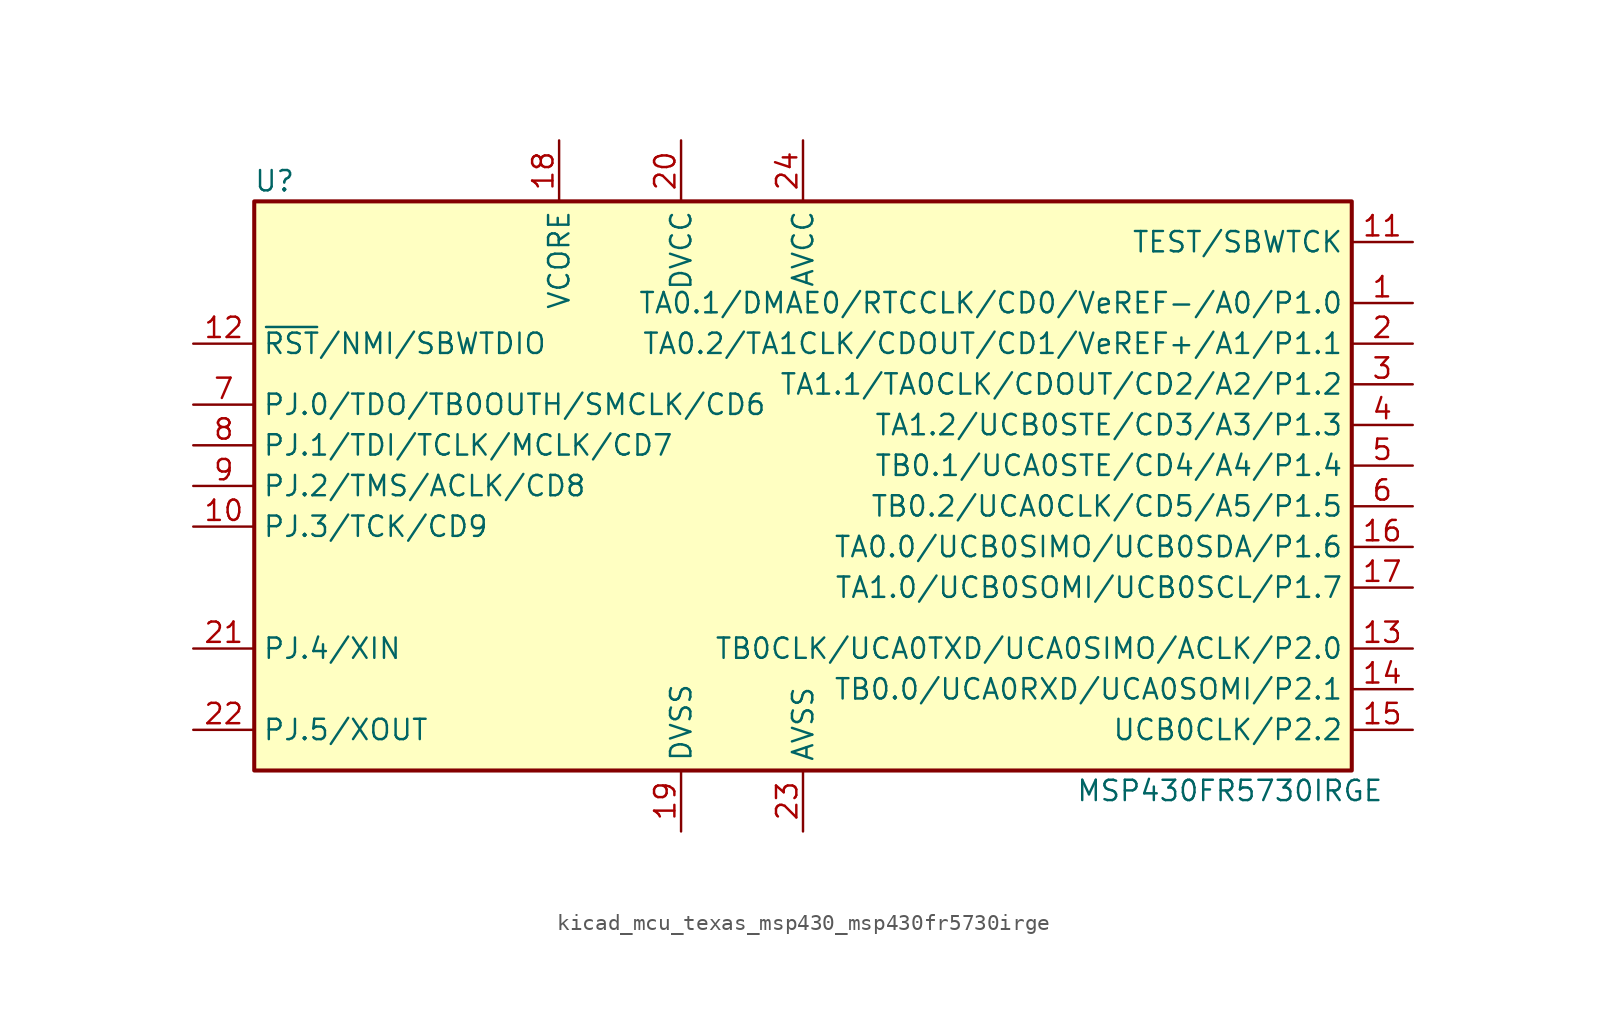
<source format=kicad_sym>
(kicad_symbol_lib
  (version 20220914)
  (generator kicad_symbol_editor)
  (symbol "kicad_mcu_texas_msp430_msp430fr5730irge"
    (property "Reference" "U"
      (at -33.02 19.05 0)
      (effects (font (size 1.27 1.27))))
    (property "Value" "MSP430FR5730IRGE"
      (at 26.67 -19.05 0)
      (effects (font (size 1.27 1.27))))
    (symbol "kicad_mcu_texas_msp430_msp430fr5730irge_0_1"
      (rectangle (start -34.29 17.78) (end 34.29 -17.78) (stroke (width 0.254) (type default)) (fill (type background))))
    (symbol "kicad_mcu_texas_msp430_msp430fr5730irge_1_1"
      (pin bidirectional line (at 38.1 11.43 180) (length 3.81) (name "TA0.1/DMAE0/RTCCLK/CD0/VeREF-/A0/P1.0" (effects (font (size 1.27 1.27)))) (number "1" (effects (font (size 1.27 1.27)))))
      (pin bidirectional line (at -38.1 -2.54 0) (length 3.81) (name "PJ.3/TCK/CD9" (effects (font (size 1.27 1.27)))) (number "10" (effects (font (size 1.27 1.27)))))
      (pin input line (at 38.1 15.24 180) (length 3.81) (name "TEST/SBWTCK" (effects (font (size 1.27 1.27)))) (number "11" (effects (font (size 1.27 1.27)))))
      (pin input line (at -38.1 8.89 0) (length 3.81) (name "~{RST}/NMI/SBWTDIO" (effects (font (size 1.27 1.27)))) (number "12" (effects (font (size 1.27 1.27)))))
      (pin input line (at 38.1 -10.16 180) (length 3.81) (name "TB0CLK/UCA0TXD/UCA0SIMO/ACLK/P2.0" (effects (font (size 1.27 1.27)))) (number "13" (effects (font (size 1.27 1.27)))))
      (pin input line (at 38.1 -12.7 180) (length 3.81) (name "TB0.0/UCA0RXD/UCA0SOMI/P2.1" (effects (font (size 1.27 1.27)))) (number "14" (effects (font (size 1.27 1.27)))))
      (pin input line (at 38.1 -15.24 180) (length 3.81) (name "UCB0CLK/P2.2" (effects (font (size 1.27 1.27)))) (number "15" (effects (font (size 1.27 1.27)))))
      (pin input line (at 38.1 -3.81 180) (length 3.81) (name "TA0.0/UCB0SIMO/UCB0SDA/P1.6" (effects (font (size 1.27 1.27)))) (number "16" (effects (font (size 1.27 1.27)))))
      (pin input line (at 38.1 -6.35 180) (length 3.81) (name "TA1.0/UCB0SOMI/UCB0SCL/P1.7" (effects (font (size 1.27 1.27)))) (number "17" (effects (font (size 1.27 1.27)))))
      (pin input line (at -15.24 21.59 270) (length 3.81) (name "VCORE" (effects (font (size 1.27 1.27)))) (number "18" (effects (font (size 1.27 1.27)))))
      (pin power_in line (at -7.62 -21.59 90) (length 3.81) (name "DVSS" (effects (font (size 1.27 1.27)))) (number "19" (effects (font (size 1.27 1.27)))))
      (pin bidirectional line (at 38.1 8.89 180) (length 3.81) (name "TA0.2/TA1CLK/CDOUT/CD1/VeREF+/A1/P1.1" (effects (font (size 1.27 1.27)))) (number "2" (effects (font (size 1.27 1.27)))))
      (pin power_in line (at -7.62 21.59 270) (length 3.81) (name "DVCC" (effects (font (size 1.27 1.27)))) (number "20" (effects (font (size 1.27 1.27)))))
      (pin input line (at -38.1 -10.16 0) (length 3.81) (name "PJ.4/XIN" (effects (font (size 1.27 1.27)))) (number "21" (effects (font (size 1.27 1.27)))))
      (pin input line (at -38.1 -15.24 0) (length 3.81) (name "PJ.5/XOUT" (effects (font (size 1.27 1.27)))) (number "22" (effects (font (size 1.27 1.27)))))
      (pin power_in line (at 0 -21.59 90) (length 3.81) (name "AVSS" (effects (font (size 1.27 1.27)))) (number "23" (effects (font (size 1.27 1.27)))))
      (pin power_in line (at 0 21.59 270) (length 3.81) (name "AVCC" (effects (font (size 1.27 1.27)))) (number "24" (effects (font (size 1.27 1.27)))))
      (pin bidirectional line (at 38.1 6.35 180) (length 3.81) (name "TA1.1/TA0CLK/CDOUT/CD2/A2/P1.2" (effects (font (size 1.27 1.27)))) (number "3" (effects (font (size 1.27 1.27)))))
      (pin bidirectional line (at 38.1 3.81 180) (length 3.81) (name "TA1.2/UCB0STE/CD3/A3/P1.3" (effects (font (size 1.27 1.27)))) (number "4" (effects (font (size 1.27 1.27)))))
      (pin bidirectional line (at 38.1 1.27 180) (length 3.81) (name "TB0.1/UCA0STE/CD4/A4/P1.4" (effects (font (size 1.27 1.27)))) (number "5" (effects (font (size 1.27 1.27)))))
      (pin bidirectional line (at 38.1 -1.27 180) (length 3.81) (name "TB0.2/UCA0CLK/CD5/A5/P1.5" (effects (font (size 1.27 1.27)))) (number "6" (effects (font (size 1.27 1.27)))))
      (pin bidirectional line (at -38.1 5.08 0) (length 3.81) (name "PJ.0/TDO/TB0OUTH/SMCLK/CD6" (effects (font (size 1.27 1.27)))) (number "7" (effects (font (size 1.27 1.27)))))
      (pin bidirectional line (at -38.1 2.54 0) (length 3.81) (name "PJ.1/TDI/TCLK/MCLK/CD7" (effects (font (size 1.27 1.27)))) (number "8" (effects (font (size 1.27 1.27)))))
      (pin bidirectional line (at -38.1 0 0) (length 3.81) (name "PJ.2/TMS/ACLK/CD8" (effects (font (size 1.27 1.27)))) (number "9" (effects (font (size 1.27 1.27))))))))
</source>
